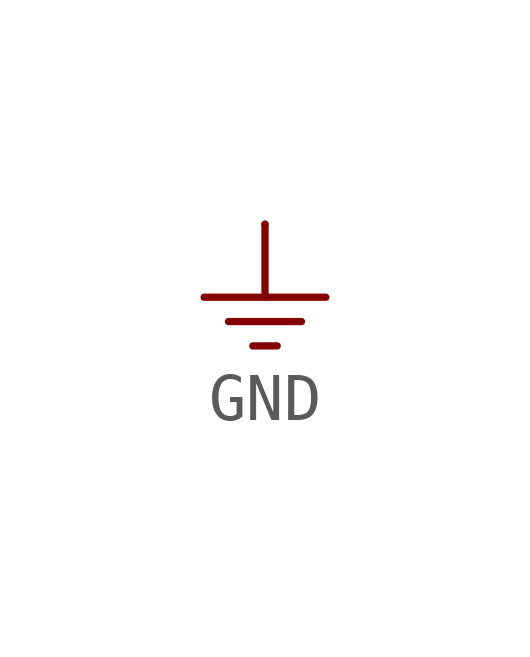
<source format=kicad_sym>
(kicad_symbol_lib
  (version 20231120)
  (generator "kicad_symbol_editor")
  (generator_version "8.0")
  (symbol "GND"
    (power)
    (pin_numbers hide)
    (pin_names
      (offset 0) hide)
    (property "Reference" "#PWR"
      (at 0 -3.81 0)
      (effects (font (size 1.27 1.27)) (hide yes)))
    (symbol "GND_0_1"
      (polyline (pts (xy -1.27 -1.524) (xy 1.27 -1.524)) (stroke (width 0) (type default)) (fill (type none)))
      (polyline (pts (xy -0.254 -2.54) (xy 0.254 -2.54)) (stroke (width 0) (type default)) (fill (type none)))
      (polyline (pts (xy 0 -1.524) (xy 0 0)) (stroke (width 0) (type default)) (fill (type none)))
      (polyline (pts (xy 0.762 -2.032) (xy -0.762 -2.032)) (stroke (width 0) (type default)) (fill (type none))))
    (symbol "GND_1_1"
      (pin power_in line (at 0 0 90) (length 0) (name "~" (effects (font (size 1.27 1.27)))) (number "1" (effects (font (size 1.27 1.27))))))))
</source>
